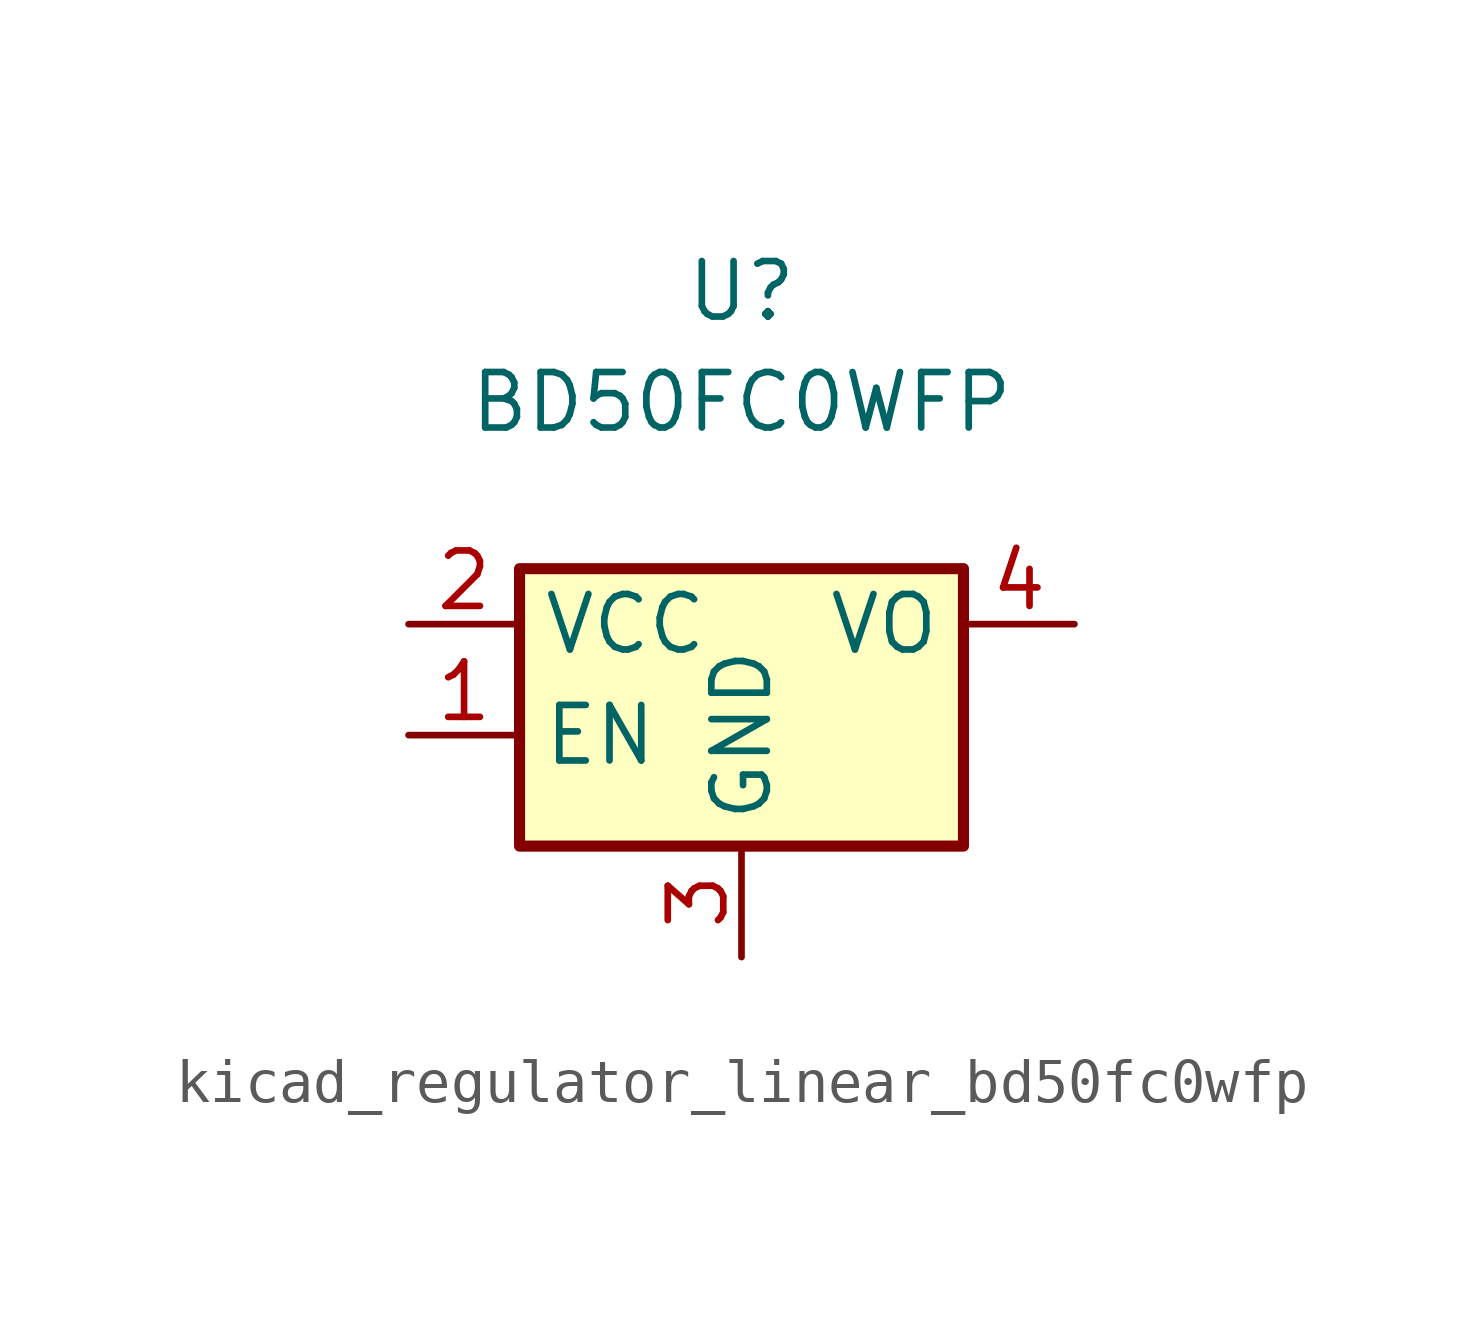
<source format=kicad_sym>
(kicad_symbol_lib
  (version 20220914)
  (generator kicad_symbol_editor)
  (symbol "kicad_regulator_linear_bd50fc0wfp"
    (property "Reference" "U"
      (at 0 7.62 0)
      (effects (font (size 1.27 1.27))))
    (property "Value" "BD50FC0WFP"
      (at 0 5.08 0)
      (effects (font (size 1.27 1.27))))
    (symbol "kicad_regulator_linear_bd50fc0wfp_1_1"
      (rectangle (start -5.08 -5.08) (end 5.08 1.27) (stroke (width 0.254) (type default)) (fill (type background)))
      (pin input line (at -7.62 -2.54 0) (length 2.54) (name "EN" (effects (font (size 1.27 1.27)))) (number "1" (effects (font (size 1.27 1.27)))))
      (pin power_in line (at -7.62 0 0) (length 2.54) (name "VCC" (effects (font (size 1.27 1.27)))) (number "2" (effects (font (size 1.27 1.27)))))
      (pin power_in line (at 0 -7.62 90) (length 2.54) (name "GND" (effects (font (size 1.27 1.27)))) (number "3" (effects (font (size 1.27 1.27)))))
      (pin power_out line (at 7.62 0 180) (length 2.54) (name "VO" (effects (font (size 1.27 1.27)))) (number "4" (effects (font (size 1.27 1.27)))))
      (pin no_connect line (at 5.08 -2.54 180) (length 2.54) hide (name "NC" (effects (font (size 1.27 1.27)))) (number "5" (effects (font (size 1.27 1.27))))))))
</source>
